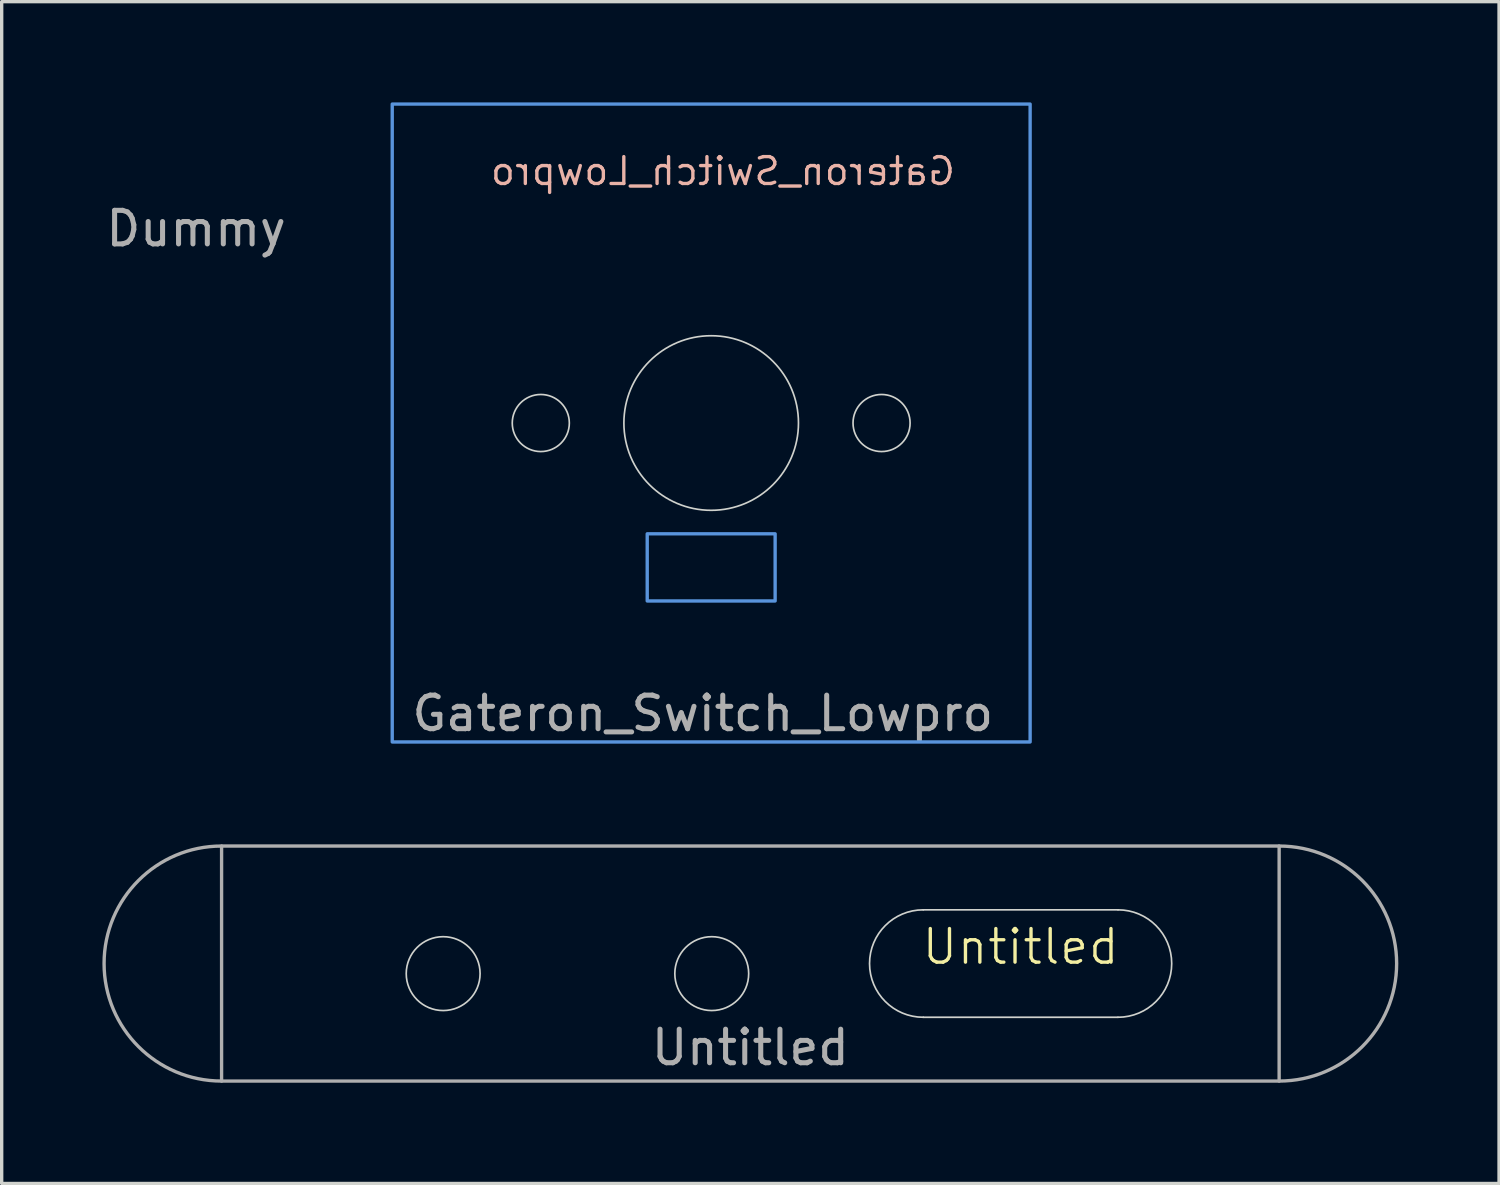
<source format=kicad_pcb>
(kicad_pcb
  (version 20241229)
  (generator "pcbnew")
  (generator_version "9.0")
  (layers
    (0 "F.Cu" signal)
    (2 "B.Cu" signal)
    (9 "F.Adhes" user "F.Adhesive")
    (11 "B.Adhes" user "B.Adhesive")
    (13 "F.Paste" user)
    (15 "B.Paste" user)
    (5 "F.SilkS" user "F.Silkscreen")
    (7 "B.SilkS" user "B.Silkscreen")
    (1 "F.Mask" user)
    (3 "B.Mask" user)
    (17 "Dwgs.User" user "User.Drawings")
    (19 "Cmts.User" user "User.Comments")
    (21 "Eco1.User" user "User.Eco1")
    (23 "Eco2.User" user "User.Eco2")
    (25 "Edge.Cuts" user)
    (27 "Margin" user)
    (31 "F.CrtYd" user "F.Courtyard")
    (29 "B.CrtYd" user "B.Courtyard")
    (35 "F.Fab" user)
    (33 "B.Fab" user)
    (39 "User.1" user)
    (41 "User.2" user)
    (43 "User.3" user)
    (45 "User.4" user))
  (footprint "Untitled"
    (layer "F.Cu")
    (at 19.3 25.65)
    (property "Reference" "Untitled" (at 8.05 -0.5 0) (unlocked yes) (layer "F.SilkS") (effects (font (size 1 1) (thickness 0.1))))
    (attr smd)
    (fp_line (start 5.15 -1.6) (end 10.95 -1.6) (stroke (width 0.05) (type default)) (layer "Edge.Cuts"))
    (fp_line (start 5.15 1.6) (end 10.95 1.6) (stroke (width 0.05) (type default)) (layer "Edge.Cuts"))
    (fp_arc (start 5.15 1.6) (mid 3.55 0) (end 5.15 -1.6) (stroke (width 0.05) (type default)) (layer "Edge.Cuts"))
    (fp_arc (start 10.95 -1.6) (mid 12.55 0) (end 10.95 1.6) (stroke (width 0.05) (type default)) (layer "Edge.Cuts"))
    (fp_circle (center -9.15 0.3) (end -8.05 0.3) (stroke (width 0.05) (type solid)) (fill no) (layer "Edge.Cuts"))
    (fp_circle (center -1.15 0.3) (end -0.05 0.3) (stroke (width 0.05) (type solid)) (fill no) (layer "Edge.Cuts"))
    (fp_rect (start -15.75 -3.5) (end 15.75 3.5) (stroke (width 0.1) (type solid)) (fill no) (layer "F.Fab"))
    (fp_arc (start -15.75 3.5) (mid -19.25 0) (end -15.75 -3.5) (stroke (width 0.1) (type default)) (layer "F.Fab"))
    (fp_arc (start 15.75 -3.5) (mid 19.25 0) (end 15.75 3.5) (stroke (width 0.1) (type default)) (layer "F.Fab"))
    (fp_text user "${REFERENCE}" (at 0 2.5 0) (unlocked yes) (layer "F.Fab") (effects (font (size 1 1) (thickness 0.15)))))
  (footprint "Dummy"
    (layer "F.Cu")
    (at 2.792 1.26)
    (property "Reference" "Dummy" (at 0 -0.5 0) (unlocked yes) (layer "User.3") (effects (font (size 1 1) (thickness 0.1))))
    (attr smd)
    (fp_line (start -1 -1) (end 1 -1) (stroke (width 0.1) (type default)) (layer "Margin"))
    (fp_line (start -1 1) (end -1 -1) (stroke (width 0.1) (type default)) (layer "Margin"))
    (fp_line (start 1 -1) (end 1 1) (stroke (width 0.1) (type default)) (layer "Margin"))
    (fp_line (start 1 1) (end -1 1) (stroke (width 0.1) (type default)) (layer "Margin"))
    (fp_text user "${REFERENCE}" (at 0 2.5 0) (unlocked yes) (layer "F.Fab") (effects (font (size 1 1) (thickness 0.15)))))
  (footprint "Gateron_Switch_Lowpro"
    (layer "F.Cu")
    (at 18.133 9.55)
    (property "Reference" "Gateron_Switch_Lowpro" (at 0.35 -7.5 0) (unlocked yes) (layer "B.SilkS") (effects (font (size 0.8 0.8) (thickness 0.1)) (justify mirror)))
    (attr smd)
    (fp_rect (start -9.5 -9.5) (end 9.5 9.5) (stroke (width 0.1) (type solid)) (fill no) (layer "Cmts.User"))
    (fp_rect (start -1.905 3.3) (end 1.905 5.3) (stroke (width 0.1) (type solid)) (fill no) (layer "Cmts.User"))
    (fp_circle (center -5.075 0) (end -4.225 0) (stroke (width 0.05) (type solid)) (fill no) (layer "Edge.Cuts"))
    (fp_circle (center 0 0) (end 2.6 0) (stroke (width 0.05) (type solid)) (fill no) (layer "Edge.Cuts"))
    (fp_circle (center 5.075 0) (end 5.925 0) (stroke (width 0.05) (type solid)) (fill no) (layer "Edge.Cuts"))
    (fp_circle (center -5.075 0) (end -4.125 0) (stroke (width 0.05) (type solid)) (fill no) (layer "User.1"))
    (fp_circle (center 0 0) (end 2.7 0) (stroke (width 0.1) (type solid)) (fill no) (layer "User.1"))
    (fp_circle (center 5.075 0) (end 6.025 0) (stroke (width 0.05) (type solid)) (fill no) (layer "User.1"))
    (fp_rect (start -2.5 -6) (end 2.5 -3.5) (stroke (width 0.1) (type solid)) (fill no) (layer "User.2"))
    (fp_circle (center 0 4.3) (end 2.7 4.3) (stroke (width 0.1) (type solid)) (fill no) (layer "User.2"))
    (fp_circle (center -1.3 4.3) (end 1.4 4.3) (stroke (width 0.1) (type solid)) (fill no) (layer "User.3"))
    (fp_circle (center 0 -4.75) (end 2.7 -4.75) (stroke (width 0.1) (type solid)) (fill no) (layer "User.3"))
    (fp_circle (center 1.3 4.3) (end 4 4.3) (stroke (width 0.1) (type solid)) (fill no) (layer "User.3"))
    (fp_line (start -7 -6.6) (end -7 6.6) (stroke (width 0.12) (type solid)) (layer "User.4"))
    (fp_line (start -6.6 -7) (end 6.6 -7) (stroke (width 0.12) (type solid)) (layer "User.4"))
    (fp_line (start -6.6 7) (end 6.6 7) (stroke (width 0.12) (type solid)) (layer "User.4"))
    (fp_line (start 7 -6.6) (end 7 6.6) (stroke (width 0.12) (type solid)) (layer "User.4"))
    (fp_arc (start -7 -6.6) (mid -6.882843 -6.882843) (end -6.6 -7) (stroke (width 0.12) (type solid)) (layer "User.4"))
    (fp_arc (start -6.6 7) (mid -6.882843 6.882843) (end -7 6.6) (stroke (width 0.12) (type solid)) (layer "User.4"))
    (fp_arc (start 6.6 -7) (mid 6.882843 -6.882843) (end 7 -6.6) (stroke (width 0.12) (type solid)) (layer "User.4"))
    (fp_arc (start 7 6.6) (mid 6.882843 6.882843) (end 6.6 7) (stroke (width 0.12) (type solid)) (layer "User.4"))
    (fp_text user "${REFERENCE}" (at -0.25 8.65 0) (unlocked yes) (layer "F.Fab") (effects (font (size 1 1) (thickness 0.15))))
    (zone (net_name "") (layers "F.Cu" "B.Cu") (hatch edge 0.5) (connect_pads) (min_thickness 0.25) (filled_areas_thickness no) (keepout (tracks allowed) (vias allowed) (pads allowed) (copperpour not_allowed) (footprints allowed)) (placement (enabled no)) (fill) (polygon (pts (xy 25.133 9.55) (xy 25.183 14.15) (xy 23.033 14.15) (xy 23.033 13.65) (xy 21.383 13.65) (xy 21.383 15.15) (xy 23.033 15.15) (xy 23.033 14.5) (xy 25.183 14.5) (xy 25.133 18.1) (xy 11.133 18.1) (xy 11.133 9.55) (xy 14.533 9.55) (xy 14.533 11.6) (xy 13.883 12.65) (xy 14.383 13.55) (xy 15.283 13.55) (xy 15.883 13.15) (xy 15.853 12.45) (xy 14.883 11.6) (xy 14.883 9.55)))))
  (gr_rect
    (start -3 -3)
    (end 41.6 32.2)
    (stroke (width 0.1) (type default))
    (fill no)
    (layer "Edge.Cuts")))
</source>
